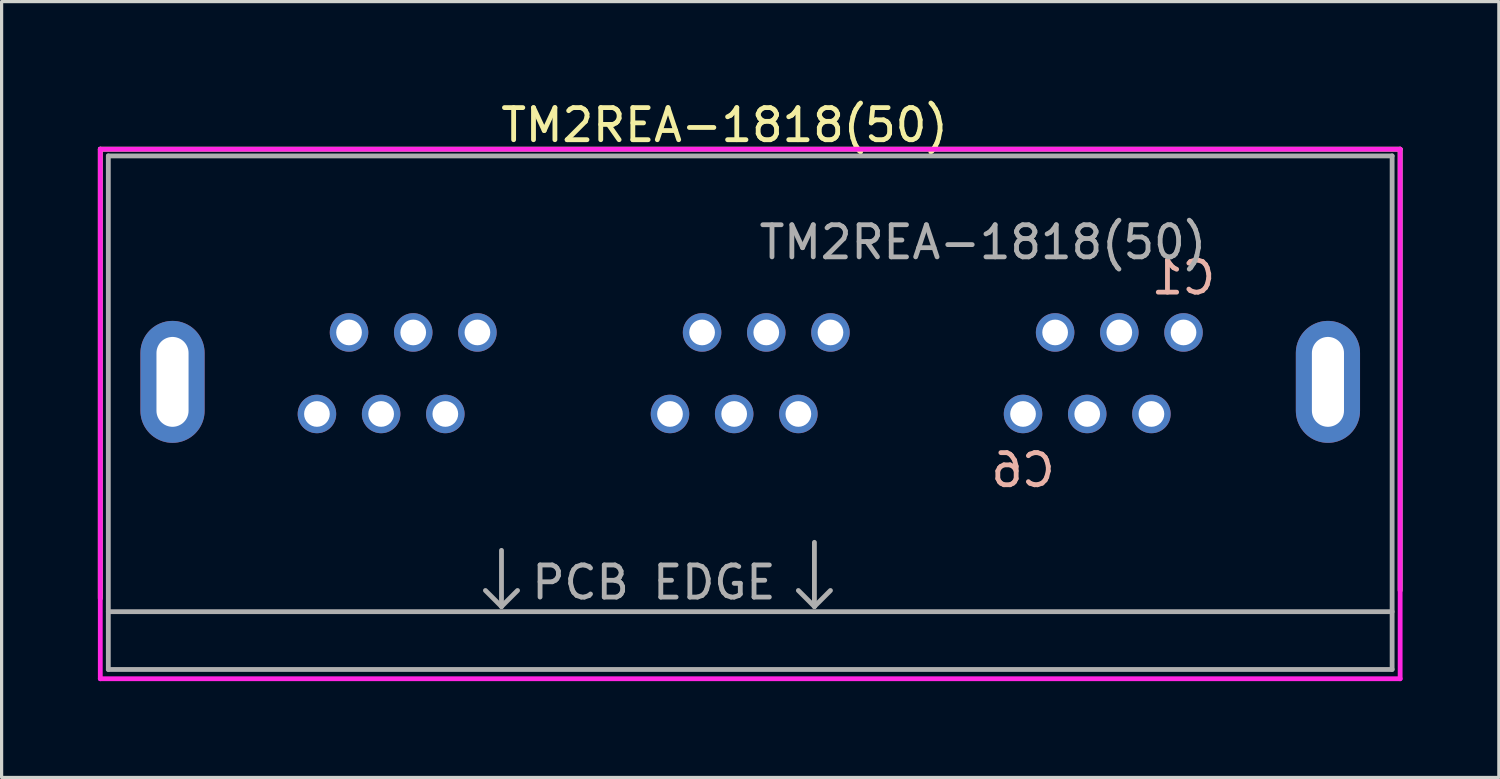
<source format=kicad_pcb>
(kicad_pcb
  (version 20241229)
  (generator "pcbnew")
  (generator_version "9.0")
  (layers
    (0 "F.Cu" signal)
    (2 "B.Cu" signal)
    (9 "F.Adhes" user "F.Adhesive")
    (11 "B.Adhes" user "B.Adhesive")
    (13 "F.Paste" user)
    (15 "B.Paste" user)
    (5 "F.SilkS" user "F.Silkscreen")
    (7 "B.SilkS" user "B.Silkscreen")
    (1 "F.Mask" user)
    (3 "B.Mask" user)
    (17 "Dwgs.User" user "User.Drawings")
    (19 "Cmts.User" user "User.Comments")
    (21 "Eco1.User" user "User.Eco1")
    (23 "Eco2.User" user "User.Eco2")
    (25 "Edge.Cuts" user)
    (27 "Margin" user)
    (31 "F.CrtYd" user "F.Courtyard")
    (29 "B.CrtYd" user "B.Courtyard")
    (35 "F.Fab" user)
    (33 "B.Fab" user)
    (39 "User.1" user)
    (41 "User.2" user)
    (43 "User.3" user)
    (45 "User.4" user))
  (footprint "TM2REA-1818(50)"
    (layer "F.Cu")
    (at 20.325 8.848)
    (property "Reference" "TM2REA-1818(50)" (at -0.8 -8 0) (layer "F.SilkS") (effects (font (size 1 1) (thickness 0.15))))
    (attr smd)
    (fp_line (start -20.25 -7.25) (end -20.25 6.75) (stroke (width 0.15) (type solid)) (layer "F.SilkS"))
    (fp_line (start 20.25 -7.25) (end -20.25 -7.25) (stroke (width 0.15) (type solid)) (layer "F.SilkS"))
    (fp_line (start 20.25 6.5) (end 20.25 -7.25) (stroke (width 0.15) (type solid)) (layer "F.SilkS"))
    (fp_line (start -20.25 -7.25) (end 20.25 -7.25) (stroke (width 0.15) (type solid)) (layer "F.CrtYd"))
    (fp_line (start -20.25 9.25) (end -20.25 -7.25) (stroke (width 0.15) (type solid)) (layer "F.CrtYd"))
    (fp_line (start 20.25 -7.25) (end 20.25 9.25) (stroke (width 0.15) (type solid)) (layer "F.CrtYd"))
    (fp_line (start 20.25 9.25) (end -20.25 9.25) (stroke (width 0.15) (type solid)) (layer "F.CrtYd"))
    (fp_line (start -20 -7.04) (end 20 -7.04) (stroke (width 0.15) (type solid)) (layer "F.Fab"))
    (fp_line (start -20 8.96) (end -20 -7.04) (stroke (width 0.15) (type solid)) (layer "F.Fab"))
    (fp_line (start -8.25 6.5) (end -7.75 7) (stroke (width 0.15) (type solid)) (layer "F.Fab"))
    (fp_line (start -7.75 5.25) (end -7.75 7) (stroke (width 0.15) (type solid)) (layer "F.Fab"))
    (fp_line (start -7.75 7) (end -7.25 6.5) (stroke (width 0.15) (type solid)) (layer "F.Fab"))
    (fp_line (start 2 5) (end 2 7) (stroke (width 0.15) (type solid)) (layer "F.Fab"))
    (fp_line (start 2 7) (end 1.5 6.5) (stroke (width 0.15) (type solid)) (layer "F.Fab"))
    (fp_line (start 2.5 6.5) (end 2 7) (stroke (width 0.15) (type solid)) (layer "F.Fab"))
    (fp_line (start 20 -7.04) (end 20 8.96) (stroke (width 0.15) (type solid)) (layer "F.Fab"))
    (fp_line (start 20 7.16) (end -20 7.16) (stroke (width 0.15) (type solid)) (layer "F.Fab"))
    (fp_line (start 20 8.96) (end -20 8.96) (stroke (width 0.15) (type solid)) (layer "F.Fab"))
    (fp_text user "C6" (at 8.5 2.75 0) (layer "B.SilkS") (effects (font (size 1 1) (thickness 0.15)) (justify mirror)))
    (fp_text user "C1" (at 13.5 -3.25 0) (layer "B.SilkS") (effects (font (size 1 1) (thickness 0.15)) (justify mirror)))
    (fp_text user "${REFERENCE}" (at 7.25 -4.35 0) (layer "F.Fab") (effects (font (size 1 1) (thickness 0.15))))
    (fp_text user "PCB EDGE" (at -3 6.25 0) (layer "F.Fab") (effects (font (size 1 1) (thickness 0.15))))
    (pad "" thru_hole oval (at -18 0) (size 2 3.8) (drill oval 1 2.8) (layers "*.Cu" "*.Mask"))
    (pad "" thru_hole oval (at 18 0) (size 2 3.8) (drill oval 1 2.8) (layers "*.Cu" "*.Mask"))
    (pad "A1" thru_hole circle (at -8.5 -1.54) (size 1.2 1.2) (drill 0.8) (layers "*.Cu" "*.Mask"))
    (pad "A2" thru_hole circle (at -9.5 1) (size 1.2 1.2) (drill 0.8) (layers "*.Cu" "*.Mask"))
    (pad "A3" thru_hole circle (at -10.5 -1.54) (size 1.2 1.2) (drill 0.8) (layers "*.Cu" "*.Mask"))
    (pad "A4" thru_hole circle (at -11.5 1) (size 1.2 1.2) (drill 0.8) (layers "*.Cu" "*.Mask"))
    (pad "A5" thru_hole circle (at -12.5 -1.54) (size 1.2 1.2) (drill 0.8) (layers "*.Cu" "*.Mask"))
    (pad "A6" thru_hole circle (at -13.5 1) (size 1.2 1.2) (drill 0.8) (layers "*.Cu" "*.Mask"))
    (pad "B1" thru_hole circle (at 2.5 -1.54) (size 1.2 1.2) (drill 0.8) (layers "*.Cu" "*.Mask"))
    (pad "B2" thru_hole circle (at 1.5 1) (size 1.2 1.2) (drill 0.8) (layers "*.Cu" "*.Mask"))
    (pad "B3" thru_hole circle (at 0.5 -1.54) (size 1.2 1.2) (drill 0.8) (layers "*.Cu" "*.Mask"))
    (pad "B4" thru_hole circle (at -0.5 1) (size 1.2 1.2) (drill 0.8) (layers "*.Cu" "*.Mask"))
    (pad "B5" thru_hole circle (at -1.5 -1.54) (size 1.2 1.2) (drill 0.8) (layers "*.Cu" "*.Mask"))
    (pad "B6" thru_hole circle (at -2.5 1) (size 1.2 1.2) (drill 0.8) (layers "*.Cu" "*.Mask"))
    (pad "C1" thru_hole circle (at 13.5 -1.54) (size 1.2 1.2) (drill 0.8) (layers "*.Cu" "*.Mask"))
    (pad "C2" thru_hole circle (at 12.5 1) (size 1.2 1.2) (drill 0.8) (layers "*.Cu" "*.Mask"))
    (pad "C3" thru_hole circle (at 11.5 -1.54) (size 1.2 1.2) (drill 0.8) (layers "*.Cu" "*.Mask"))
    (pad "C4" thru_hole circle (at 10.5 1) (size 1.2 1.2) (drill 0.8) (layers "*.Cu" "*.Mask"))
    (pad "C5" thru_hole circle (at 9.5 -1.54) (size 1.2 1.2) (drill 0.8) (layers "*.Cu" "*.Mask"))
    (pad "C6" thru_hole circle (at 8.5 1) (size 1.2 1.2) (drill 0.8) (layers "*.Cu" "*.Mask")))
  (gr_rect
    (start -3 -3)
    (end 43.65 21.173)
    (stroke (width 0.1) (type default))
    (fill no)
    (layer "Edge.Cuts")))
</source>
